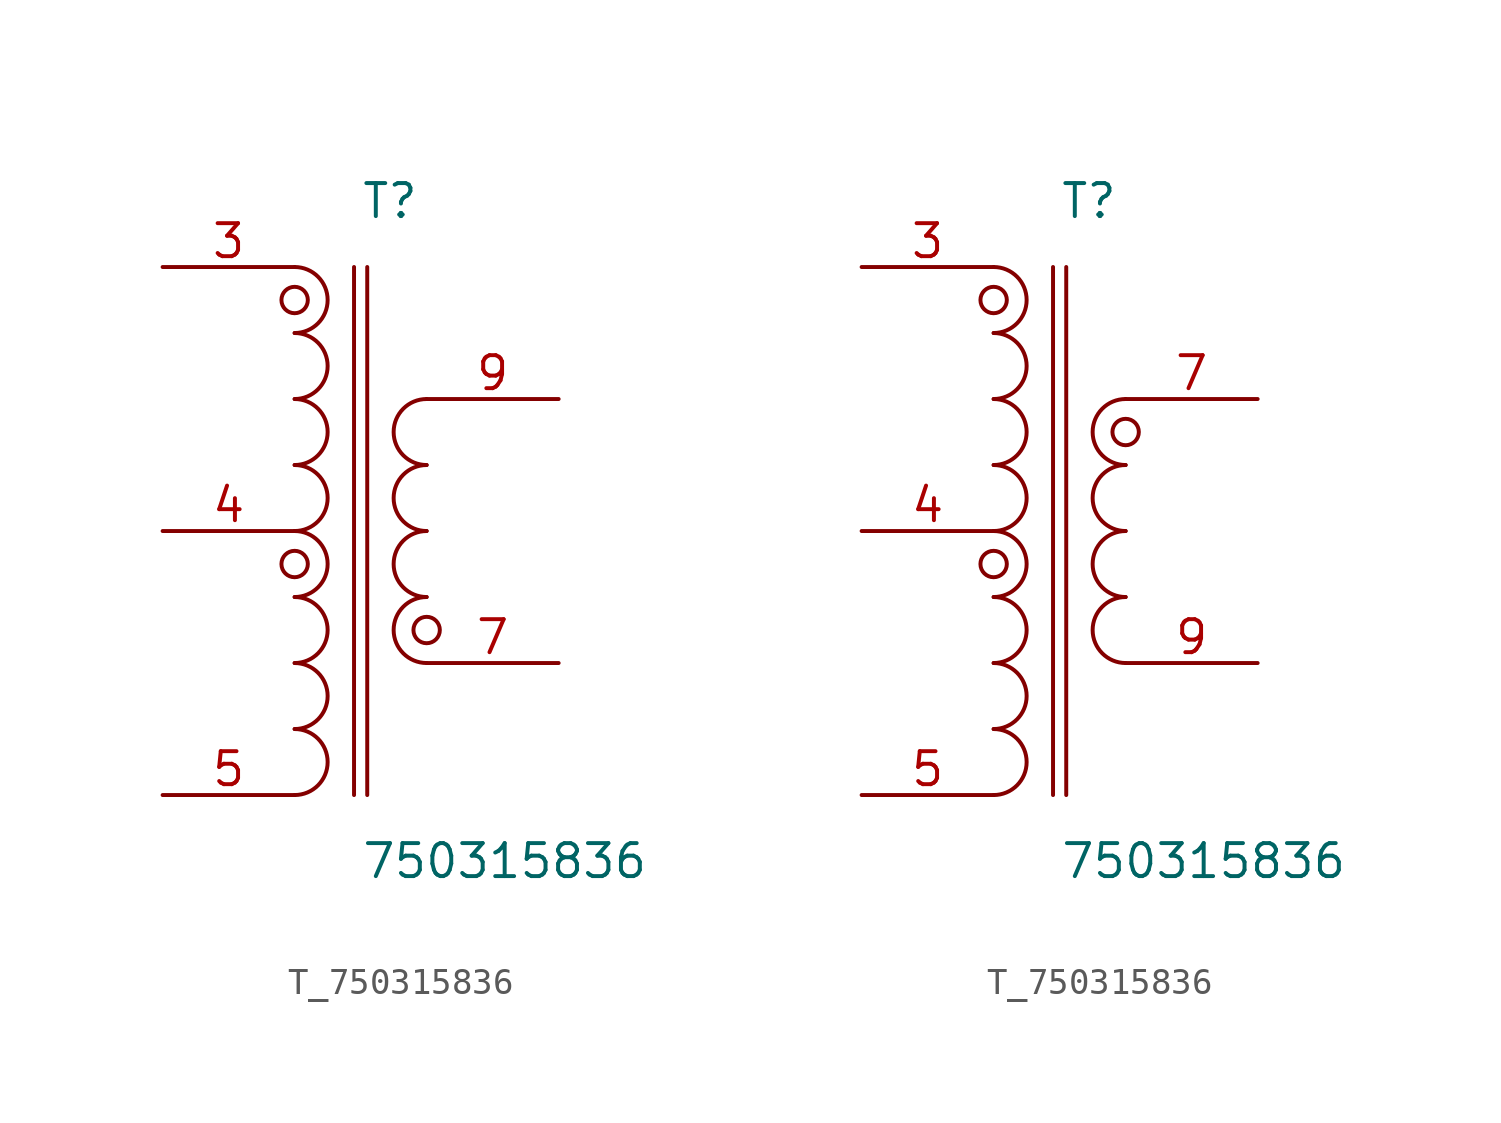
<source format=kicad_sym>
(kicad_symbol_lib
  (version 20231120)
  (generator kicad_symbol_editor)
  (generator_version 8.0)
  (symbol "T_750315836"
    (pin_names
      (offset 0.254))
    (property "Reference" "T"
      (at 0 12.7 0)
      (effects (font (size 1.27 1.27)) (justify left)))
    (property "Value" "750315836"
      (at 0 -12.7 0)
      (effects (font (size 1.27 1.27)) (justify left)))
    (symbol "T_750315836_1_1"
      (arc (start -2.54 -10.16) (mid -1.27 -8.89) (end -2.54 -7.62) (stroke (width 0) (type default)) (fill (type none)))
      (arc (start -2.54 -7.62) (mid -1.27 -6.35) (end -2.54 -5.08) (stroke (width 0) (type default)) (fill (type none)))
      (arc (start -2.54 -5.08) (mid -1.27 -3.81) (end -2.54 -2.54) (stroke (width 0) (type default)) (fill (type none)))
      (arc (start -2.54 -2.54) (mid -1.27 -1.27) (end -2.54 0.0) (stroke (width 0) (type default)) (fill (type none)))
      (arc (start -2.54 0.0) (mid -1.27 1.27) (end -2.54 2.54) (stroke (width 0) (type default)) (fill (type none)))
      (arc (start -2.54 2.539999999999999) (mid -1.27 3.809999999999999) (end -2.54 5.079999999999999) (stroke (width 0) (type default)) (fill (type none)))
      (arc (start -2.54 5.08) (mid -1.27 6.35) (end -2.54 7.62) (stroke (width 0) (type default)) (fill (type none)))
      (arc (start -2.54 7.620000000000001) (mid -1.27 8.89) (end -2.54 10.16) (stroke (width 0) (type default)) (fill (type none)))
      (arc (start 2.54 -5.08) (mid 1.27 -3.81) (end 2.54 -2.54) (stroke (width 0) (type default)) (fill (type none)))
      (arc (start 2.54 -2.54) (mid 1.27 -1.27) (end 2.54 0.0) (stroke (width 0) (type default)) (fill (type none)))
      (arc (start 2.54 0.0) (mid 1.27 1.27) (end 2.54 2.54) (stroke (width 0) (type default)) (fill (type none)))
      (arc (start 2.54 2.54) (mid 1.27 3.81) (end 2.54 5.08) (stroke (width 0) (type default)) (fill (type none)))
      (circle (center -2.54 8.89) (radius 0.508) (stroke (width 0) (type default)) (fill (type none)))
      (circle (center -2.54 -1.27) (radius 0.508) (stroke (width 0) (type default)) (fill (type none)))
      (circle (center 2.54 -3.81) (radius 0.508) (stroke (width 0) (type default)) (fill (type none)))
      (polyline (pts (xy -0.254 -10.16) (xy -0.254 10.16)) (stroke (width 0) (type default)) (fill (type none)))
      (polyline (pts (xy 0.254 -10.16) (xy 0.254 10.16)) (stroke (width 0) (type default)) (fill (type none)))
      (pin unspecified line (at -7.62 10.16 0) (length 5.08) (name "" (effects (font (size 1.27 1.27)))) (number "3" (effects (font (size 1.27 1.27)))))
      (pin no_connect line (at -7.62 5.08 0) (length 2.54) (name "" (effects (font (size 1.27 1.27)))) (number "1" (effects (font (size 1.27 1.27)))) hide)
      (pin unspecified line (at -7.62 0.0 0) (length 5.08) (name "" (effects (font (size 1.27 1.27)))) (number "4" (effects (font (size 1.27 1.27)))))
      (pin no_connect line (at -7.62 -5.08 0) (length 2.54) (name "" (effects (font (size 1.27 1.27)))) (number "2" (effects (font (size 1.27 1.27)))) hide)
      (pin unspecified line (at -7.62 -10.16 0) (length 5.08) (name "" (effects (font (size 1.27 1.27)))) (number "5" (effects (font (size 1.27 1.27)))))
      (pin unspecified line (at 7.62 5.08 180) (length 5.08) (name "" (effects (font (size 1.27 1.27)))) (number "9" (effects (font (size 1.27 1.27)))))
      (pin no_connect line (at 7.62 2.54 180) (length 2.54) (name "" (effects (font (size 1.27 1.27)))) (number "6" (effects (font (size 1.27 1.27)))) hide)
      (pin no_connect line (at 7.62 0.0 180) (length 2.54) (name "" (effects (font (size 1.27 1.27)))) (number "8" (effects (font (size 1.27 1.27)))) hide)
      (pin no_connect line (at 7.62 -2.54 180) (length 2.54) (name "" (effects (font (size 1.27 1.27)))) (number "10" (effects (font (size 1.27 1.27)))) hide)
      (pin unspecified line (at 7.62 -5.08 180) (length 5.08) (name "" (effects (font (size 1.27 1.27)))) (number "7" (effects (font (size 1.27 1.27))))))
    (symbol "T_750315836_1_2"
      (arc (start -2.54 -10.16) (mid -1.27 -8.89) (end -2.54 -7.62) (stroke (width 0) (type default)) (fill (type none)))
      (arc (start -2.54 -7.62) (mid -1.27 -6.35) (end -2.54 -5.08) (stroke (width 0) (type default)) (fill (type none)))
      (arc (start -2.54 -5.08) (mid -1.27 -3.81) (end -2.54 -2.54) (stroke (width 0) (type default)) (fill (type none)))
      (arc (start -2.54 -2.54) (mid -1.27 -1.27) (end -2.54 0.0) (stroke (width 0) (type default)) (fill (type none)))
      (arc (start -2.54 0.0) (mid -1.27 1.27) (end -2.54 2.54) (stroke (width 0) (type default)) (fill (type none)))
      (arc (start -2.54 2.539999999999999) (mid -1.27 3.809999999999999) (end -2.54 5.079999999999999) (stroke (width 0) (type default)) (fill (type none)))
      (arc (start -2.54 5.08) (mid -1.27 6.35) (end -2.54 7.62) (stroke (width 0) (type default)) (fill (type none)))
      (arc (start -2.54 7.620000000000001) (mid -1.27 8.89) (end -2.54 10.16) (stroke (width 0) (type default)) (fill (type none)))
      (arc (start 2.54 -5.08) (mid 1.27 -3.81) (end 2.54 -2.54) (stroke (width 0) (type default)) (fill (type none)))
      (arc (start 2.54 -2.54) (mid 1.27 -1.27) (end 2.54 0.0) (stroke (width 0) (type default)) (fill (type none)))
      (arc (start 2.54 0.0) (mid 1.27 1.27) (end 2.54 2.54) (stroke (width 0) (type default)) (fill (type none)))
      (arc (start 2.54 2.54) (mid 1.27 3.81) (end 2.54 5.08) (stroke (width 0) (type default)) (fill (type none)))
      (circle (center -2.54 8.89) (radius 0.508) (stroke (width 0) (type default)) (fill (type none)))
      (circle (center -2.54 -1.27) (radius 0.508) (stroke (width 0) (type default)) (fill (type none)))
      (circle (center 2.54 3.81) (radius 0.508) (stroke (width 0) (type default)) (fill (type none)))
      (polyline (pts (xy -0.254 -10.16) (xy -0.254 10.16)) (stroke (width 0) (type default)) (fill (type none)))
      (polyline (pts (xy 0.254 -10.16) (xy 0.254 10.16)) (stroke (width 0) (type default)) (fill (type none)))
      (pin unspecified line (at -7.62 10.16 0) (length 5.08) (name "" (effects (font (size 1.27 1.27)))) (number "3" (effects (font (size 1.27 1.27)))))
      (pin no_connect line (at -7.62 5.08 0) (length 2.54) (name "" (effects (font (size 1.27 1.27)))) (number "1" (effects (font (size 1.27 1.27)))) hide)
      (pin unspecified line (at -7.62 0.0 0) (length 5.08) (name "" (effects (font (size 1.27 1.27)))) (number "4" (effects (font (size 1.27 1.27)))))
      (pin no_connect line (at -7.62 -5.08 0) (length 2.54) (name "" (effects (font (size 1.27 1.27)))) (number "2" (effects (font (size 1.27 1.27)))) hide)
      (pin unspecified line (at -7.62 -10.16 0) (length 5.08) (name "" (effects (font (size 1.27 1.27)))) (number "5" (effects (font (size 1.27 1.27)))))
      (pin unspecified line (at 7.62 -5.08 180) (length 5.08) (name "" (effects (font (size 1.27 1.27)))) (number "9" (effects (font (size 1.27 1.27)))))
      (pin no_connect line (at 7.62 2.54 180) (length 2.54) (name "" (effects (font (size 1.27 1.27)))) (number "6" (effects (font (size 1.27 1.27)))) hide)
      (pin no_connect line (at 7.62 0.0 180) (length 2.54) (name "" (effects (font (size 1.27 1.27)))) (number "8" (effects (font (size 1.27 1.27)))) hide)
      (pin no_connect line (at 7.62 -2.54 180) (length 2.54) (name "" (effects (font (size 1.27 1.27)))) (number "10" (effects (font (size 1.27 1.27)))) hide)
      (pin unspecified line (at 7.62 5.08 180) (length 5.08) (name "" (effects (font (size 1.27 1.27)))) (number "7" (effects (font (size 1.27 1.27))))))))
</source>
